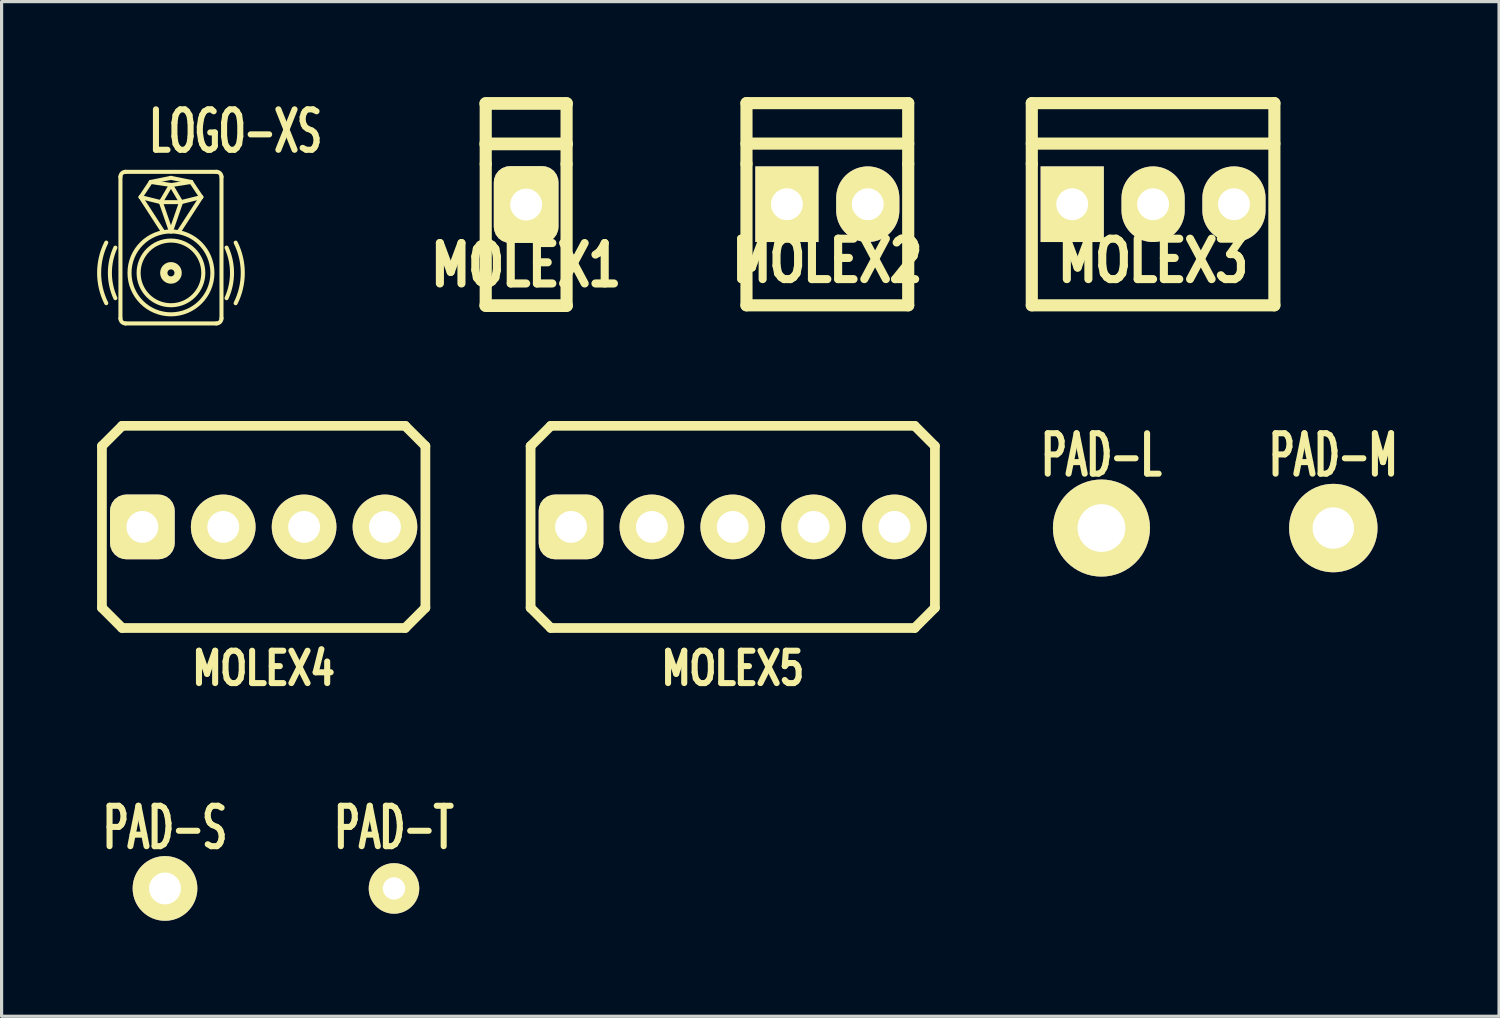
<source format=kicad_pcb>
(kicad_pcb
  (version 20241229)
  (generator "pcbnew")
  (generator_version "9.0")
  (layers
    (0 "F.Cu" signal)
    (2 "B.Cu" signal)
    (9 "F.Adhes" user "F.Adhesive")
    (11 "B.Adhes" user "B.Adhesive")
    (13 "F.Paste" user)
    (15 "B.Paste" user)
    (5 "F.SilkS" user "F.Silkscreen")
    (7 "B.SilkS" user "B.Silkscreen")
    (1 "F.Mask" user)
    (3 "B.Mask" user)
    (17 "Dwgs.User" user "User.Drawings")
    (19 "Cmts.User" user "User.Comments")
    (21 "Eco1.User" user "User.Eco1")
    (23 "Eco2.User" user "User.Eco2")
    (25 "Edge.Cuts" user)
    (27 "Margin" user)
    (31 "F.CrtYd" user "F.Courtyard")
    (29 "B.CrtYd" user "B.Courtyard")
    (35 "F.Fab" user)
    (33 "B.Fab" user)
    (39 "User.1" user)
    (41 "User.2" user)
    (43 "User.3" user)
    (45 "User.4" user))
  (footprint "PAD-L"
    (layer "F.Cu")
    (at 31.548 13.537)
    (property "Reference" "PAD-L" (at 0 -2.286 0) (layer "F.SilkS") (effects (font (size 1.27 0.762) (thickness 0.191))))
    (attr through_hole)
    (pad "1" thru_hole circle (at 0 0) (size 3.048 3.048) (drill 1.5) (layers "*.Cu" "*.Mask" "F.SilkS")))
  (footprint "MOLEX1"
    (layer "F.Cu")
    (at 13.477 3.375)
    (property "Reference" "MOLEX1" (at 0 1.905 0) (layer "F.SilkS") (effects (font (size 1.27 1.016) (thickness 0.254))))
    (attr through_hole)
    (fp_line (start -1.27 -3.175) (end 1.27 -3.175) (stroke (width 0.4) (type solid)) (layer "F.SilkS"))
    (fp_line (start -1.27 -1.905) (end 1.27 -1.905) (stroke (width 0.4) (type solid)) (layer "F.SilkS"))
    (fp_line (start -1.27 -1.27) (end -1.27 -3.175) (stroke (width 0.381) (type solid)) (layer "F.SilkS"))
    (fp_line (start -1.27 3.175) (end -1.27 -1.27) (stroke (width 0.381) (type solid)) (layer "F.SilkS"))
    (fp_line (start -1.27 3.175) (end 1.27 3.175) (stroke (width 0.4) (type solid)) (layer "F.SilkS"))
    (fp_line (start 1.27 -3.175) (end 1.27 -1.27) (stroke (width 0.381) (type solid)) (layer "F.SilkS"))
    (fp_line (start 1.27 -1.27) (end 1.27 3.175) (stroke (width 0.381) (type solid)) (layer "F.SilkS"))
    (pad "1" thru_hole roundrect (at 0 0 180) (size 2.032 2.413) (drill 1) (layers "*.Cu" "*.Mask" "F.SilkS") (roundrect_rratio 0.25)))
  (footprint "MOLEX2"
    (layer "F.Cu")
    (at 22.938 3.365)
    (property "Reference" "MOLEX2" (at 0 1.778 0) (layer "F.SilkS") (effects (font (size 1.27 1.016) (thickness 0.254))))
    (attr through_hole)
    (fp_line (start -2.54 -3.175) (end 2.54 -3.175) (stroke (width 0.381) (type solid)) (layer "F.SilkS"))
    (fp_line (start -2.54 -1.905) (end 2.54 -1.905) (stroke (width 0.381) (type solid)) (layer "F.SilkS"))
    (fp_line (start -2.54 -1.27) (end -2.54 -3.175) (stroke (width 0.381) (type solid)) (layer "F.SilkS"))
    (fp_line (start -2.54 3.175) (end -2.54 -1.27) (stroke (width 0.381) (type solid)) (layer "F.SilkS"))
    (fp_line (start 2.54 -3.175) (end 2.54 -1.27) (stroke (width 0.381) (type solid)) (layer "F.SilkS"))
    (fp_line (start 2.54 -1.27) (end 2.54 3.175) (stroke (width 0.381) (type solid)) (layer "F.SilkS"))
    (fp_line (start 2.54 3.175) (end -2.54 3.175) (stroke (width 0.381) (type solid)) (layer "F.SilkS"))
    (pad "1" thru_hole rect (at -1.27 0) (size 1.984 2.375) (drill 1) (layers "*.Cu" "*.Mask" "F.SilkS"))
    (pad "2" thru_hole oval (at 1.27 0) (size 1.984 2.375) (drill 1) (layers "*.Cu" "*.Mask" "F.SilkS")))
  (footprint "PAD-S"
    (layer "F.Cu")
    (at 2.133 24.857)
    (property "Reference" "PAD-S" (at 0 -1.905 0) (layer "F.SilkS") (effects (font (size 1.27 0.762) (thickness 0.191))))
    (attr through_hole)
    (pad "1" thru_hole circle (at 0 0) (size 2.032 2.032) (drill 1) (layers "*.Cu" "*.Mask" "F.SilkS")))
  (footprint "LOGO-XS"
    (layer "F.Cu")
    (at 2.32 5.522)
    (property "Reference" "LOGO-XS" (at 2.032 -4.445 0) (layer "F.SilkS") (effects (font (size 1.27 0.762) (thickness 0.191))))
    (attr through_hole)
    (fp_line (start -1.587 1.429) (end -1.587 -3.016) (stroke (width 0.127) (type solid)) (layer "F.SilkS"))
    (fp_line (start -1.429 -3.175) (end 1.429 -3.175) (stroke (width 0.127) (type solid)) (layer "F.SilkS"))
    (fp_line (start -0.953 -2.381) (end -0.318 -2.223) (stroke (width 0.127) (type solid)) (layer "F.SilkS"))
    (fp_line (start -0.953 -2.381) (end -0.254 -1.302) (stroke (width 0.127) (type solid)) (layer "F.SilkS"))
    (fp_line (start -0.635 -2.857) (end -0.953 -2.381) (stroke (width 0.127) (type solid)) (layer "F.SilkS"))
    (fp_line (start -0.635 -2.857) (end 0 -2.985) (stroke (width 0.127) (type solid)) (layer "F.SilkS"))
    (fp_line (start -0.635 -2.857) (end 0 -2.762) (stroke (width 0.127) (type solid)) (layer "F.SilkS"))
    (fp_line (start -0.318 -2.223) (end 0 -2.762) (stroke (width 0.127) (type solid)) (layer "F.SilkS"))
    (fp_line (start -0.318 -2.223) (end 0.318 -2.223) (stroke (width 0.127) (type solid)) (layer "F.SilkS"))
    (fp_line (start 0 -2.985) (end 0.635 -2.857) (stroke (width 0.127) (type solid)) (layer "F.SilkS"))
    (fp_line (start 0 -2.762) (end 0.318 -2.223) (stroke (width 0.127) (type solid)) (layer "F.SilkS"))
    (fp_line (start 0 -1.302) (end -0.318 -2.223) (stroke (width 0.127) (type solid)) (layer "F.SilkS"))
    (fp_line (start 0.318 -2.223) (end 0 -1.302) (stroke (width 0.127) (type solid)) (layer "F.SilkS"))
    (fp_line (start 0.318 -2.223) (end 0.953 -2.381) (stroke (width 0.127) (type solid)) (layer "F.SilkS"))
    (fp_line (start 0.635 -2.857) (end 0.032 -2.762) (stroke (width 0.127) (type solid)) (layer "F.SilkS"))
    (fp_line (start 0.635 -2.857) (end 0.953 -2.381) (stroke (width 0.127) (type solid)) (layer "F.SilkS"))
    (fp_line (start 0.953 -2.381) (end 0.254 -1.302) (stroke (width 0.127) (type solid)) (layer "F.SilkS"))
    (fp_line (start 1.429 1.587) (end -1.429 1.587) (stroke (width 0.127) (type solid)) (layer "F.SilkS"))
    (fp_line (start 1.587 -3.016) (end 1.587 1.429) (stroke (width 0.127) (type solid)) (layer "F.SilkS"))
    (fp_arc (start -2.032 0.951499) (mid -2.256355 -0.000559) (end -2.0315 -0.9525) (stroke (width 0.127) (type solid)) (layer "F.SilkS"))
    (fp_arc (start -1.746082 0.794118) (mid -1.918183 0.000202) (end -1.74625 -0.79375) (stroke (width 0.127) (type solid)) (layer "F.SilkS"))
    (fp_arc (start -1.5875 -3.01625) (mid -1.541003 -3.128503) (end -1.42875 -3.175) (stroke (width 0.127) (type solid)) (layer "F.SilkS"))
    (fp_arc (start -1.42875 1.5875) (mid -1.541003 1.541003) (end -1.5875 1.42875) (stroke (width 0.127) (type solid)) (layer "F.SilkS"))
    (fp_arc (start 1.42875 -3.175) (mid 1.541003 -3.128503) (end 1.5875 -3.01625) (stroke (width 0.127) (type solid)) (layer "F.SilkS"))
    (fp_arc (start 1.5875 1.42875) (mid 1.541003 1.541003) (end 1.42875 1.5875) (stroke (width 0.127) (type solid)) (layer "F.SilkS"))
    (fp_arc (start 1.746082 -0.794118) (mid 1.918183 -0.000202) (end 1.74625 0.79375) (stroke (width 0.127) (type solid)) (layer "F.SilkS"))
    (fp_arc (start 2.032 -0.951499) (mid 2.256355 0.000559) (end 2.0315 0.9525) (stroke (width 0.127) (type solid)) (layer "F.SilkS"))
    (fp_circle (center 0 0) (end 0.225 0) (stroke (width 0.229) (type solid)) (fill no) (layer "F.SilkS"))
    (fp_circle (center 0 0) (end 1.016 0) (stroke (width 0.127) (type solid)) (fill no) (layer "F.SilkS"))
    (fp_circle (center 0 0) (end 1.302 0) (stroke (width 0.127) (type solid)) (fill no) (layer "F.SilkS")))
  (footprint "MOLEX4"
    (layer "F.Cu")
    (at 5.232 13.501)
    (property "Reference" "MOLEX4" (at 0 4.445 0) (layer "F.SilkS") (effects (font (size 1.016 0.762) (thickness 0.191))))
    (attr through_hole)
    (fp_line (start -5.08 -2.54) (end -4.445 -3.175) (stroke (width 0.305) (type solid)) (layer "F.SilkS"))
    (fp_line (start -5.08 2.54) (end -5.08 -2.54) (stroke (width 0.305) (type solid)) (layer "F.SilkS"))
    (fp_line (start -4.445 -3.175) (end 4.445 -3.175) (stroke (width 0.305) (type solid)) (layer "F.SilkS"))
    (fp_line (start -4.445 3.175) (end -5.08 2.54) (stroke (width 0.305) (type solid)) (layer "F.SilkS"))
    (fp_line (start 4.445 -3.175) (end 5.08 -2.54) (stroke (width 0.305) (type solid)) (layer "F.SilkS"))
    (fp_line (start 4.445 3.175) (end -4.445 3.175) (stroke (width 0.305) (type solid)) (layer "F.SilkS"))
    (fp_line (start 5.08 -2.54) (end 5.08 2.54) (stroke (width 0.305) (type solid)) (layer "F.SilkS"))
    (fp_line (start 5.08 2.54) (end 4.445 3.175) (stroke (width 0.305) (type solid)) (layer "F.SilkS"))
    (pad "1" thru_hole roundrect (at -3.81 0) (size 2.032 2.032) (drill 1) (layers "*.Cu" "*.Mask" "F.SilkS") (roundrect_rratio 0.25))
    (pad "2" thru_hole circle (at -1.27 0) (size 2.032 2.032) (drill 1) (layers "*.Cu" "*.Mask" "F.SilkS"))
    (pad "3" thru_hole circle (at 1.27 0) (size 2.032 2.032) (drill 1) (layers "*.Cu" "*.Mask" "F.SilkS"))
    (pad "4" thru_hole circle (at 3.81 0) (size 2.032 2.032) (drill 1) (layers "*.Cu" "*.Mask" "F.SilkS")))
  (footprint "PAD-T"
    (layer "F.Cu")
    (at 9.326 24.857)
    (property "Reference" "PAD-T" (at 0 -1.905 0) (layer "F.SilkS") (effects (font (size 1.27 0.762) (thickness 0.191))))
    (attr through_hole)
    (pad "1" thru_hole circle (at 0 0) (size 1.587 1.587) (drill 0.7) (layers "*.Cu" "*.Mask" "F.SilkS")))
  (footprint "MOLEX5"
    (layer "F.Cu")
    (at 19.967 13.501)
    (property "Reference" "MOLEX5" (at 0 4.445 0) (layer "F.SilkS") (effects (font (size 1.016 0.762) (thickness 0.191))))
    (attr through_hole)
    (fp_line (start -6.35 2.54) (end -6.35 -2.54) (stroke (width 0.305) (type solid)) (layer "F.SilkS"))
    (fp_line (start -6.35 2.54) (end -5.715 3.175) (stroke (width 0.305) (type solid)) (layer "F.SilkS"))
    (fp_line (start -5.715 -3.175) (end -6.35 -2.54) (stroke (width 0.305) (type solid)) (layer "F.SilkS"))
    (fp_line (start -5.715 -3.175) (end 5.715 -3.175) (stroke (width 0.305) (type solid)) (layer "F.SilkS"))
    (fp_line (start -5.715 3.175) (end 5.715 3.175) (stroke (width 0.305) (type solid)) (layer "F.SilkS"))
    (fp_line (start 5.715 -3.175) (end 6.35 -2.54) (stroke (width 0.305) (type solid)) (layer "F.SilkS"))
    (fp_line (start 5.715 3.175) (end 6.35 2.54) (stroke (width 0.305) (type solid)) (layer "F.SilkS"))
    (fp_line (start 6.35 -2.54) (end 6.35 2.54) (stroke (width 0.305) (type solid)) (layer "F.SilkS"))
    (pad "1" thru_hole roundrect (at -5.08 0) (size 2.032 2.032) (drill 1) (layers "*.Cu" "*.Mask" "F.SilkS") (roundrect_rratio 0.25))
    (pad "2" thru_hole circle (at -2.54 0) (size 2.032 2.032) (drill 1) (layers "*.Cu" "*.Mask" "F.SilkS"))
    (pad "3" thru_hole circle (at 0 0) (size 2.032 2.032) (drill 1) (layers "*.Cu" "*.Mask" "F.SilkS"))
    (pad "4" thru_hole circle (at 2.54 0) (size 2.032 2.032) (drill 1) (layers "*.Cu" "*.Mask" "F.SilkS"))
    (pad "5" thru_hole circle (at 5.08 0) (size 2.032 2.032) (drill 1) (layers "*.Cu" "*.Mask" "F.SilkS")))
  (footprint "PAD-M"
    (layer "F.Cu")
    (at 38.831 13.537)
    (property "Reference" "PAD-M" (at 0 -2.286 0) (layer "F.SilkS") (effects (font (size 1.27 0.762) (thickness 0.191))))
    (attr through_hole)
    (pad "1" thru_hole circle (at 0 0) (size 2.778 2.778) (drill 1.3) (layers "*.Cu" "*.Mask" "F.SilkS")))
  (footprint "MOLEX3"
    (layer "F.Cu")
    (at 33.17 3.365)
    (property "Reference" "MOLEX3" (at 0 1.778 0) (layer "F.SilkS") (effects (font (size 1.27 1.016) (thickness 0.254))))
    (attr through_hole)
    (fp_line (start -3.81 -1.27) (end -3.81 -3.175) (stroke (width 0.381) (type solid)) (layer "F.SilkS"))
    (fp_line (start -3.81 3.175) (end -3.81 -1.27) (stroke (width 0.381) (type solid)) (layer "F.SilkS"))
    (fp_line (start -3.81 3.175) (end 3.81 3.175) (stroke (width 0.381) (type solid)) (layer "F.SilkS"))
    (fp_line (start 3.81 -3.175) (end -3.81 -3.175) (stroke (width 0.381) (type solid)) (layer "F.SilkS"))
    (fp_line (start 3.81 -1.905) (end -3.81 -1.905) (stroke (width 0.381) (type solid)) (layer "F.SilkS"))
    (fp_line (start 3.81 3.175) (end 3.81 -3.175) (stroke (width 0.381) (type solid)) (layer "F.SilkS"))
    (pad "1" thru_hole rect (at -2.54 0) (size 1.984 2.375) (drill 1) (layers "*.Cu" "*.Mask" "F.SilkS"))
    (pad "2" thru_hole oval (at 0 0) (size 1.984 2.375) (drill 1) (layers "*.Cu" "*.Mask" "F.SilkS"))
    (pad "3" thru_hole oval (at 2.54 0) (size 1.984 2.375) (drill 1) (layers "*.Cu" "*.Mask" "F.SilkS")))
  (gr_rect
    (start -3 -3)
    (end 44.037 28.873)
    (stroke (width 0.1) (type default))
    (fill no)
    (layer "Edge.Cuts")))
</source>
